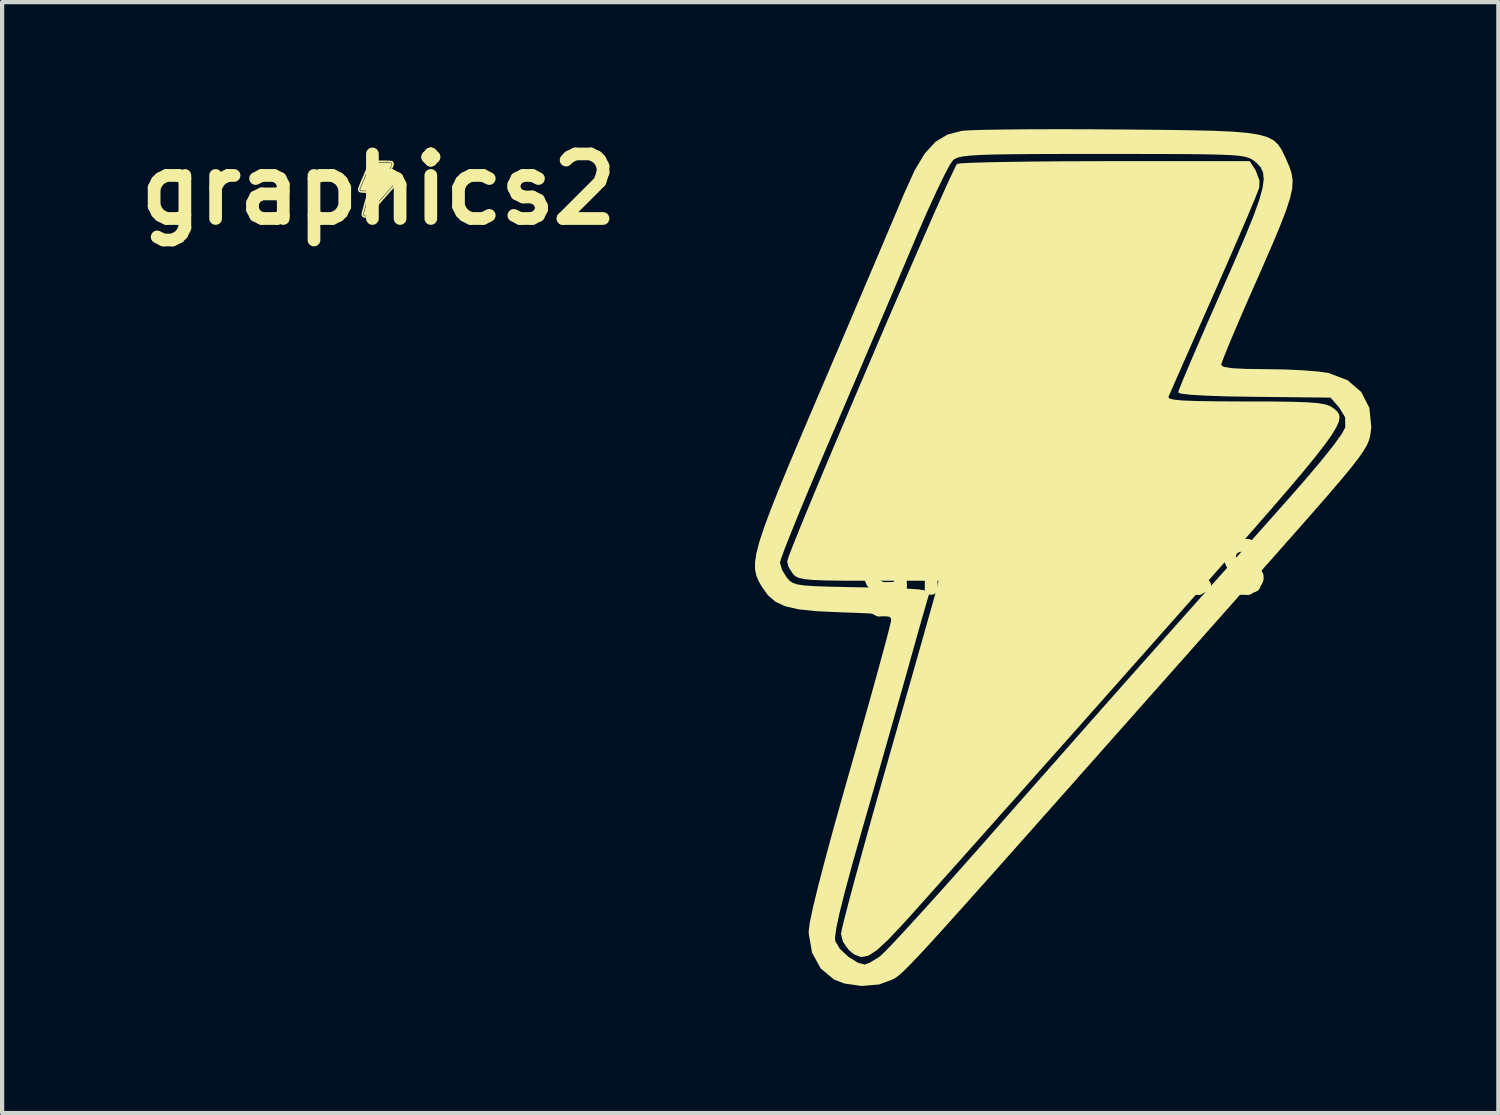
<source format=kicad_pcb>
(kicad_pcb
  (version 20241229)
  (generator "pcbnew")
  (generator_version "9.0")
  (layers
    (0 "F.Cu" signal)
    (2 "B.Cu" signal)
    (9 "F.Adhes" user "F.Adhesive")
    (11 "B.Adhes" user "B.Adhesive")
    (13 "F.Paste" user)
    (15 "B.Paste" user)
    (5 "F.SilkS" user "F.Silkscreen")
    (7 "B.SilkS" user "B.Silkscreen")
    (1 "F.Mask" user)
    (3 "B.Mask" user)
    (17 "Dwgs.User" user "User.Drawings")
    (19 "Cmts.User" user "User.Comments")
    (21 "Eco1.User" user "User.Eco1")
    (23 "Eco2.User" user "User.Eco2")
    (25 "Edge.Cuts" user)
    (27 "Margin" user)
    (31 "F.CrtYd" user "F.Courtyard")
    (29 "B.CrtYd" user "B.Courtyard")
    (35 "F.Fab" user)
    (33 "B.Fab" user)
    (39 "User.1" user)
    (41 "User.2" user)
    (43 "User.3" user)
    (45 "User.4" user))
  (footprint "graphics"
    (layer "F.Cu")
    (at 22.05 10.151)
    (property "Reference" "graphics" (at 0 0 0) (layer "F.SilkS") (effects (font (size 1.524 1.524) (thickness 0.3))))
    (attr board_only exclude_from_pos_files exclude_from_bom)
    (fp_poly (pts (xy 4.537 -9.187) (xy 4.63 -8.941) (xy 4.625 -8.777) (xy 4.579 -8.651) (xy 4.474 -8.392) (xy 4.317 -8.02) (xy 4.118 -7.557) (xy 3.886 -7.024) (xy 3.631 -6.441) (xy 3.55 -6.258) (xy 3.29 -5.67) (xy 3.052 -5.13) (xy 2.843 -4.657) (xy 2.674 -4.273) (xy 2.553 -3.997) (xy 2.488 -3.848) (xy 2.481 -3.831) (xy 2.501 -3.795) (xy 2.607 -3.768) (xy 2.814 -3.748) (xy 3.14 -3.735) (xy 3.599 -3.728) (xy 4.21 -3.725) (xy 4.29 -3.725) (xy 4.919 -3.724) (xy 5.4 -3.717) (xy 5.756 -3.705) (xy 6.009 -3.685) (xy 6.18 -3.656) (xy 6.291 -3.618) (xy 6.331 -3.594) (xy 6.408 -3.539) (xy 6.469 -3.484) (xy 6.509 -3.421) (xy 6.521 -3.343) (xy 6.5 -3.239) (xy 6.438 -3.103) (xy 6.33 -2.927) (xy 6.17 -2.702) (xy 5.951 -2.42) (xy 5.667 -2.073) (xy 5.311 -1.652) (xy 4.878 -1.151) (xy 4.362 -0.56) (xy 3.756 0.129) (xy 3.053 0.923) (xy 2.248 1.831) (xy 1.723 2.423) (xy 0.979 3.262) (xy 0.254 4.079) (xy -0.443 4.863) (xy -1.102 5.605) (xy -1.714 6.292) (xy -2.267 6.914) (xy -2.754 7.459) (xy -3.163 7.917) (xy -3.484 8.277) (xy -3.709 8.527) (xy -3.789 8.615) (xy -4.135 8.982) (xy -4.399 9.226) (xy -4.604 9.359) (xy -4.774 9.391) (xy -4.93 9.333) (xy -5.064 9.225) (xy -5.2 9.032) (xy -5.249 8.848) (xy -5.227 8.727) (xy -5.162 8.461) (xy -5.059 8.065) (xy -4.923 7.558) (xy -4.758 6.957) (xy -4.57 6.277) (xy -4.362 5.537) (xy -4.155 4.809) (xy -3.932 4.026) (xy -3.722 3.287) (xy -3.529 2.609) (xy -3.359 2.01) (xy -3.217 1.506) (xy -3.106 1.114) (xy -3.033 0.852) (xy -3.003 0.741) (xy -2.945 0.508) (xy -4.592 0.508) (xy -5.165 0.507) (xy -5.593 0.501) (xy -5.899 0.49) (xy -6.108 0.47) (xy -6.243 0.441) (xy -6.329 0.399) (xy -6.379 0.353) (xy -6.49 0.175) (xy -6.519 0.052) (xy -6.487 -0.054) (xy -6.394 -0.297) (xy -6.248 -0.662) (xy -6.056 -1.13) (xy -5.826 -1.686) (xy -5.563 -2.313) (xy -5.276 -2.994) (xy -4.971 -3.713) (xy -4.656 -4.452) (xy -4.338 -5.196) (xy -4.024 -5.927) (xy -3.72 -6.629) (xy -3.435 -7.285) (xy -3.175 -7.879) (xy -2.948 -8.394) (xy -2.76 -8.812) (xy -2.618 -9.118) (xy -2.531 -9.296) (xy -2.506 -9.333) (xy -2.404 -9.347) (xy -2.15 -9.359) (xy -1.765 -9.371) (xy -1.265 -9.38) (xy -0.671 -9.388) (xy 0.000307 -9.394) (xy 0.73 -9.396) (xy 0.993 -9.397) (xy 4.399 -9.398)) (stroke (width 0) (type solid)) (fill yes) (layer "F.SilkS"))
    (fp_poly (pts (xy 0.536 -10.15) (xy 1.277 -10.145) (xy 1.312 -10.145) (xy 2.192 -10.137) (xy 2.919 -10.128) (xy 3.508 -10.115) (xy 3.977 -10.095) (xy 4.34 -10.065) (xy 4.615 -10.022) (xy 4.818 -9.964) (xy 4.964 -9.888) (xy 5.069 -9.791) (xy 5.15 -9.671) (xy 5.223 -9.523) (xy 5.254 -9.456) (xy 5.333 -9.274) (xy 5.388 -9.11) (xy 5.413 -8.943) (xy 5.403 -8.755) (xy 5.353 -8.525) (xy 5.258 -8.232) (xy 5.113 -7.858) (xy 4.913 -7.382) (xy 4.652 -6.783) (xy 4.451 -6.329) (xy 4.236 -5.837) (xy 4.046 -5.393) (xy 3.891 -5.024) (xy 3.782 -4.753) (xy 3.729 -4.604) (xy 3.725 -4.586) (xy 3.786 -4.541) (xy 3.978 -4.51) (xy 4.312 -4.493) (xy 4.779 -4.487) (xy 5.233 -4.48) (xy 5.668 -4.459) (xy 6.034 -4.429) (xy 6.262 -4.396) (xy 6.709 -4.226) (xy 7.033 -3.947) (xy 7.224 -3.573) (xy 7.27 -3.121) (xy 7.244 -2.917) (xy 7.217 -2.812) (xy 7.168 -2.696) (xy 7.086 -2.556) (xy 6.961 -2.378) (xy 6.783 -2.148) (xy 6.539 -1.855) (xy 6.221 -1.483) (xy 5.817 -1.021) (xy 5.317 -0.454) (xy 4.953 -0.042) (xy 4.625 0.327) (xy 4.204 0.801) (xy 3.708 1.361) (xy 3.156 1.984) (xy 2.565 2.65) (xy 1.955 3.338) (xy 1.344 4.027) (xy 0.936 4.487) (xy 0.103 5.427) (xy -0.625 6.248) (xy -1.256 6.959) (xy -1.798 7.568) (xy -2.258 8.083) (xy -2.644 8.513) (xy -2.963 8.867) (xy -3.222 9.151) (xy -3.431 9.375) (xy -3.595 9.547) (xy -3.722 9.676) (xy -3.821 9.769) (xy -3.898 9.835) (xy -3.962 9.882) (xy -4.009 9.912) (xy -4.35 10.038) (xy -4.76 10.073) (xy -5.169 10.015) (xy -5.413 9.921) (xy -5.727 9.66) (xy -5.931 9.288) (xy -6.011 8.832) (xy -6.011 8.786) (xy -5.986 8.583) (xy -5.911 8.224) (xy -5.787 7.714) (xy -5.616 7.059) (xy -5.4 6.264) (xy -5.139 5.335) (xy -5.038 4.981) (xy -4.829 4.248) (xy -4.635 3.562) (xy -4.462 2.942) (xy -4.314 2.404) (xy -4.196 1.968) (xy -4.113 1.65) (xy -4.069 1.468) (xy -4.064 1.434) (xy -4.081 1.375) (xy -4.149 1.333) (xy -4.294 1.303) (xy -4.542 1.281) (xy -4.917 1.264) (xy -5.228 1.254) (xy -5.803 1.228) (xy -6.237 1.184) (xy -6.557 1.113) (xy -6.793 1.005) (xy -6.97 0.853) (xy -7.115 0.652) (xy -7.19 0.521) (xy -7.245 0.391) (xy -7.276 0.248) (xy -7.278 0.08) (xy -6.689 0.08) (xy -6.637 0.256) (xy -6.527 0.435) (xy -6.465 0.504) (xy -6.392 0.556) (xy -6.283 0.593) (xy -6.113 0.619) (xy -5.857 0.636) (xy -5.491 0.648) (xy -4.991 0.659) (xy -4.742 0.663) (xy -4.154 0.676) (xy -3.718 0.691) (xy -3.419 0.712) (xy -3.239 0.738) (xy -3.163 0.772) (xy -3.16 0.795) (xy -3.194 0.906) (xy -3.266 1.154) (xy -3.368 1.509) (xy -3.491 1.947) (xy -3.629 2.438) (xy -3.635 2.461) (xy -3.78 2.978) (xy -3.961 3.616) (xy -4.164 4.332) (xy -4.378 5.085) (xy -4.591 5.831) (xy -4.756 6.405) (xy -4.982 7.201) (xy -5.156 7.845) (xy -5.281 8.342) (xy -5.358 8.7) (xy -5.389 8.928) (xy -5.385 9.011) (xy -5.277 9.194) (xy -5.077 9.382) (xy -4.851 9.523) (xy -4.69 9.567) (xy -4.566 9.521) (xy -4.377 9.407) (xy -4.334 9.377) (xy -4.222 9.273) (xy -4.012 9.056) (xy -3.718 8.74) (xy -3.353 8.341) (xy -2.93 7.873) (xy -2.463 7.35) (xy -1.964 6.788) (xy -1.765 6.562) (xy -1.181 5.897) (xy -0.556 5.188) (xy 0.083 4.465) (xy 0.709 3.755) (xy 1.298 3.09) (xy 1.824 2.497) (xy 2.2 2.074) (xy 2.716 1.494) (xy 3.282 0.858) (xy 3.863 0.206) (xy 4.424 -0.424) (xy 4.931 -0.994) (xy 5.233 -1.334) (xy 5.703 -1.87) (xy 6.089 -2.327) (xy 6.381 -2.693) (xy 6.573 -2.959) (xy 6.655 -3.114) (xy 6.656 -3.119) (xy 6.65 -3.354) (xy 6.511 -3.581) (xy 6.506 -3.587) (xy 6.308 -3.815) (xy 4.509 -3.834) (xy 3.876 -3.844) (xy 3.369 -3.861) (xy 2.998 -3.883) (xy 2.775 -3.91) (xy 2.71 -3.937) (xy 2.743 -4.033) (xy 2.836 -4.264) (xy 2.982 -4.609) (xy 3.171 -5.049) (xy 3.395 -5.564) (xy 3.646 -6.134) (xy 3.725 -6.315) (xy 4.046 -7.044) (xy 4.3 -7.637) (xy 4.492 -8.11) (xy 4.624 -8.479) (xy 4.703 -8.762) (xy 4.731 -8.974) (xy 4.714 -9.133) (xy 4.656 -9.255) (xy 4.561 -9.357) (xy 4.518 -9.392) (xy 4.457 -9.436) (xy 4.386 -9.472) (xy 4.289 -9.501) (xy 4.148 -9.523) (xy 3.948 -9.54) (xy 3.671 -9.551) (xy 3.302 -9.559) (xy 2.823 -9.564) (xy 2.218 -9.566) (xy 1.47 -9.567) (xy 0.929 -9.567) (xy 0.08 -9.567) (xy -0.615 -9.565) (xy -1.174 -9.561) (xy -1.612 -9.554) (xy -1.945 -9.544) (xy -2.19 -9.529) (xy -2.362 -9.51) (xy -2.479 -9.485) (xy -2.555 -9.455) (xy -2.605 -9.419) (xy -2.685 -9.301) (xy -2.817 -9.05) (xy -2.991 -8.69) (xy -3.195 -8.245) (xy -3.417 -7.739) (xy -3.557 -7.408) (xy -3.792 -6.853) (xy -4.077 -6.179) (xy -4.397 -5.426) (xy -4.736 -4.63) (xy -5.078 -3.83) (xy -5.406 -3.063) (xy -5.515 -2.81) (xy -5.789 -2.168) (xy -6.04 -1.57) (xy -6.261 -1.036) (xy -6.444 -0.585) (xy -6.581 -0.236) (xy -6.665 -0.006) (xy -6.689 0.08) (xy -7.278 0.08) (xy -7.278 0.079) (xy -7.248 -0.13) (xy -7.181 -0.394) (xy -7.072 -0.726) (xy -6.919 -1.141) (xy -6.716 -1.652) (xy -6.459 -2.274) (xy -6.144 -3.021) (xy -5.767 -3.906) (xy -5.685 -4.096) (xy -5.352 -4.877) (xy -5.028 -5.637) (xy -4.722 -6.356) (xy -4.442 -7.014) (xy -4.197 -7.593) (xy -3.994 -8.072) (xy -3.842 -8.432) (xy -3.759 -8.631) (xy -3.511 -9.178) (xy -3.27 -9.579) (xy -3.018 -9.854) (xy -2.735 -10.025) (xy -2.403 -10.111) (xy -2.371 -10.115) (xy -2.181 -10.127) (xy -1.843 -10.137) (xy -1.381 -10.144) (xy -0.816 -10.149) (xy -0.169 -10.151)) (stroke (width 0) (type solid)) (fill yes) (layer "F.SilkS")))
  (footprint "graphics2"
    (layer "F.Cu")
    (at 5.886 1.418)
    (property "Reference" "graphics2" (at 0 0 0) (layer "F.SilkS") (effects (font (size 1.524 1.524) (thickness 0.3))))
    (attr board_only exclude_from_pos_files exclude_from_bom)
    (fp_poly (pts (xy 0.303 -0.614) (xy 0.31 -0.598) (xy 0.309 -0.587) (xy 0.306 -0.578) (xy 0.299 -0.561) (xy 0.289 -0.536) (xy 0.275 -0.505) (xy 0.26 -0.47) (xy 0.243 -0.431) (xy 0.237 -0.418) (xy 0.22 -0.379) (xy 0.204 -0.343) (xy 0.19 -0.311) (xy 0.179 -0.286) (xy 0.171 -0.267) (xy 0.166 -0.257) (xy 0.166 -0.256) (xy 0.167 -0.254) (xy 0.174 -0.252) (xy 0.188 -0.251) (xy 0.21 -0.25) (xy 0.241 -0.249) (xy 0.282 -0.249) (xy 0.287 -0.249) (xy 0.329 -0.249) (xy 0.361 -0.249) (xy 0.385 -0.248) (xy 0.402 -0.246) (xy 0.413 -0.244) (xy 0.421 -0.242) (xy 0.423 -0.24) (xy 0.428 -0.237) (xy 0.433 -0.233) (xy 0.435 -0.229) (xy 0.436 -0.223) (xy 0.435 -0.217) (xy 0.43 -0.207) (xy 0.423 -0.196) (xy 0.413 -0.181) (xy 0.398 -0.162) (xy 0.379 -0.139) (xy 0.355 -0.11) (xy 0.326 -0.077) (xy 0.292 -0.037) (xy 0.251 0.009) (xy 0.204 0.062) (xy 0.15 0.122) (xy 0.115 0.162) (xy 0.065 0.218) (xy 0.017 0.273) (xy -0.03 0.325) (xy -0.074 0.375) (xy -0.115 0.421) (xy -0.152 0.462) (xy -0.184 0.499) (xy -0.211 0.529) (xy -0.233 0.553) (xy -0.248 0.57) (xy -0.253 0.576) (xy -0.276 0.601) (xy -0.294 0.617) (xy -0.308 0.626) (xy -0.319 0.628) (xy -0.33 0.624) (xy -0.339 0.617) (xy -0.348 0.604) (xy -0.351 0.592) (xy -0.349 0.584) (xy -0.345 0.566) (xy -0.338 0.539) (xy -0.329 0.505) (xy -0.318 0.465) (xy -0.306 0.42) (xy -0.292 0.37) (xy -0.278 0.322) (xy -0.263 0.269) (xy -0.249 0.22) (xy -0.236 0.174) (xy -0.225 0.134) (xy -0.215 0.101) (xy -0.208 0.074) (xy -0.203 0.057) (xy -0.201 0.05) (xy -0.197 0.034) (xy -0.307 0.034) (xy -0.345 0.034) (xy -0.374 0.034) (xy -0.394 0.033) (xy -0.408 0.031) (xy -0.417 0.029) (xy -0.423 0.027) (xy -0.427 0.024) (xy -0.434 0.012) (xy -0.436 0.004) (xy -0.434 -0.004) (xy -0.428 -0.02) (xy -0.418 -0.044) (xy -0.405 -0.076) (xy -0.389 -0.113) (xy -0.372 -0.155) (xy -0.353 -0.2) (xy -0.332 -0.248) (xy -0.311 -0.298) (xy -0.29 -0.347) (xy -0.269 -0.396) (xy -0.249 -0.443) (xy -0.23 -0.487) (xy -0.212 -0.527) (xy -0.197 -0.561) (xy -0.185 -0.589) (xy -0.175 -0.61) (xy -0.169 -0.621) (xy -0.168 -0.624) (xy -0.161 -0.625) (xy -0.144 -0.626) (xy -0.118 -0.627) (xy -0.085 -0.627) (xy -0.045 -0.628) (xy 0.00002 -0.628) (xy 0.049 -0.628) (xy 0.066 -0.628) (xy 0.294 -0.628)) (stroke (width 0) (type solid)) (fill yes) (layer "F.SilkS"))
    (fp_poly (pts (xy 0.036 -0.679) (xy 0.085 -0.678) (xy 0.088 -0.678) (xy 0.147 -0.678) (xy 0.195 -0.677) (xy 0.235 -0.676) (xy 0.266 -0.675) (xy 0.29 -0.673) (xy 0.309 -0.67) (xy 0.322 -0.666) (xy 0.332 -0.661) (xy 0.339 -0.655) (xy 0.344 -0.647) (xy 0.349 -0.637) (xy 0.351 -0.632) (xy 0.357 -0.62) (xy 0.36 -0.609) (xy 0.362 -0.598) (xy 0.361 -0.585) (xy 0.358 -0.57) (xy 0.352 -0.55) (xy 0.342 -0.525) (xy 0.328 -0.494) (xy 0.311 -0.454) (xy 0.298 -0.423) (xy 0.283 -0.39) (xy 0.27 -0.361) (xy 0.26 -0.336) (xy 0.253 -0.318) (xy 0.249 -0.308) (xy 0.249 -0.307) (xy 0.253 -0.304) (xy 0.266 -0.302) (xy 0.288 -0.3) (xy 0.32 -0.3) (xy 0.35 -0.3) (xy 0.379 -0.298) (xy 0.403 -0.296) (xy 0.419 -0.294) (xy 0.449 -0.283) (xy 0.47 -0.264) (xy 0.483 -0.239) (xy 0.486 -0.209) (xy 0.484 -0.195) (xy 0.483 -0.188) (xy 0.479 -0.18) (xy 0.474 -0.171) (xy 0.465 -0.159) (xy 0.453 -0.144) (xy 0.437 -0.124) (xy 0.416 -0.099) (xy 0.389 -0.068) (xy 0.356 -0.03) (xy 0.331 -0.003) (xy 0.309 0.022) (xy 0.281 0.054) (xy 0.248 0.091) (xy 0.211 0.133) (xy 0.171 0.177) (xy 0.131 0.223) (xy 0.09 0.269) (xy 0.063 0.3) (xy 0.007 0.363) (xy -0.042 0.418) (xy -0.084 0.465) (xy -0.12 0.506) (xy -0.151 0.54) (xy -0.177 0.569) (xy -0.198 0.593) (xy -0.215 0.612) (xy -0.229 0.627) (xy -0.24 0.638) (xy -0.249 0.647) (xy -0.255 0.653) (xy -0.261 0.658) (xy -0.265 0.661) (xy -0.268 0.663) (xy -0.291 0.671) (xy -0.318 0.673) (xy -0.346 0.67) (xy -0.362 0.663) (xy -0.383 0.646) (xy -0.397 0.621) (xy -0.402 0.59) (xy -0.402 0.587) (xy -0.4 0.574) (xy -0.395 0.55) (xy -0.387 0.516) (xy -0.375 0.472) (xy -0.361 0.419) (xy -0.344 0.357) (xy -0.337 0.333) (xy -0.323 0.284) (xy -0.31 0.238) (xy -0.298 0.197) (xy -0.288 0.161) (xy -0.281 0.132) (xy -0.275 0.11) (xy -0.272 0.098) (xy -0.272 0.096) (xy -0.273 0.092) (xy -0.277 0.089) (xy -0.287 0.087) (xy -0.304 0.086) (xy -0.329 0.085) (xy -0.35 0.084) (xy -0.388 0.082) (xy -0.417 0.079) (xy -0.438 0.074) (xy -0.454 0.067) (xy -0.466 0.057) (xy -0.476 0.044) (xy -0.481 0.035) (xy -0.484 0.026) (xy -0.486 0.017) (xy -0.487 0.005) (xy -0.447 0.005) (xy -0.444 0.017) (xy -0.436 0.029) (xy -0.432 0.034) (xy -0.427 0.037) (xy -0.42 0.04) (xy -0.409 0.041) (xy -0.392 0.043) (xy -0.367 0.043) (xy -0.334 0.044) (xy -0.317 0.044) (xy -0.278 0.045) (xy -0.249 0.046) (xy -0.229 0.048) (xy -0.217 0.049) (xy -0.211 0.052) (xy -0.211 0.053) (xy -0.214 0.061) (xy -0.218 0.077) (xy -0.225 0.101) (xy -0.233 0.13) (xy -0.243 0.163) (xy -0.243 0.165) (xy -0.253 0.199) (xy -0.265 0.242) (xy -0.278 0.29) (xy -0.293 0.34) (xy -0.307 0.39) (xy -0.318 0.428) (xy -0.333 0.481) (xy -0.345 0.524) (xy -0.353 0.558) (xy -0.358 0.582) (xy -0.36 0.597) (xy -0.36 0.602) (xy -0.353 0.615) (xy -0.339 0.627) (xy -0.324 0.637) (xy -0.314 0.64) (xy -0.305 0.637) (xy -0.293 0.629) (xy -0.29 0.627) (xy -0.282 0.62) (xy -0.268 0.605) (xy -0.249 0.584) (xy -0.224 0.558) (xy -0.196 0.526) (xy -0.165 0.491) (xy -0.131 0.454) (xy -0.118 0.439) (xy -0.079 0.394) (xy -0.037 0.347) (xy 0.006 0.298) (xy 0.047 0.251) (xy 0.087 0.207) (xy 0.122 0.167) (xy 0.147 0.139) (xy 0.182 0.1) (xy 0.219 0.057) (xy 0.258 0.014) (xy 0.296 -0.028) (xy 0.33 -0.066) (xy 0.35 -0.089) (xy 0.381 -0.125) (xy 0.407 -0.156) (xy 0.427 -0.18) (xy 0.439 -0.198) (xy 0.445 -0.208) (xy 0.445 -0.209) (xy 0.445 -0.224) (xy 0.435 -0.239) (xy 0.435 -0.24) (xy 0.422 -0.255) (xy 0.301 -0.256) (xy 0.259 -0.257) (xy 0.225 -0.258) (xy 0.2 -0.26) (xy 0.186 -0.261) (xy 0.181 -0.263) (xy 0.183 -0.27) (xy 0.19 -0.285) (xy 0.199 -0.308) (xy 0.212 -0.338) (xy 0.227 -0.372) (xy 0.244 -0.41) (xy 0.249 -0.422) (xy 0.271 -0.471) (xy 0.288 -0.511) (xy 0.3 -0.542) (xy 0.309 -0.567) (xy 0.314 -0.586) (xy 0.316 -0.6) (xy 0.315 -0.611) (xy 0.311 -0.619) (xy 0.305 -0.626) (xy 0.302 -0.628) (xy 0.298 -0.631) (xy 0.293 -0.633) (xy 0.287 -0.635) (xy 0.277 -0.637) (xy 0.264 -0.638) (xy 0.245 -0.639) (xy 0.221 -0.639) (xy 0.189 -0.639) (xy 0.148 -0.64) (xy 0.098 -0.64) (xy 0.062 -0.64) (xy 0.005 -0.64) (xy -0.041 -0.64) (xy -0.078 -0.639) (xy -0.108 -0.639) (xy -0.13 -0.638) (xy -0.146 -0.637) (xy -0.158 -0.636) (xy -0.166 -0.634) (xy -0.171 -0.632) (xy -0.174 -0.63) (xy -0.18 -0.622) (xy -0.188 -0.605) (xy -0.2 -0.581) (xy -0.214 -0.551) (xy -0.228 -0.517) (xy -0.238 -0.495) (xy -0.254 -0.458) (xy -0.273 -0.413) (xy -0.294 -0.363) (xy -0.317 -0.31) (xy -0.34 -0.256) (xy -0.361 -0.205) (xy -0.369 -0.188) (xy -0.387 -0.145) (xy -0.404 -0.105) (xy -0.419 -0.069) (xy -0.431 -0.039) (xy -0.44 -0.016) (xy -0.446 -0.000414) (xy -0.447 0.005) (xy -0.487 0.005) (xy -0.487 0.005) (xy -0.485 -0.009) (xy -0.48 -0.026) (xy -0.473 -0.049) (xy -0.463 -0.076) (xy -0.449 -0.11) (xy -0.432 -0.152) (xy -0.411 -0.202) (xy -0.386 -0.261) (xy -0.38 -0.274) (xy -0.358 -0.326) (xy -0.336 -0.377) (xy -0.316 -0.425) (xy -0.297 -0.469) (xy -0.281 -0.508) (xy -0.267 -0.54) (xy -0.257 -0.564) (xy -0.251 -0.577) (xy -0.235 -0.614) (xy -0.219 -0.64) (xy -0.202 -0.659) (xy -0.183 -0.67) (xy -0.161 -0.676) (xy -0.159 -0.676) (xy -0.146 -0.677) (xy -0.123 -0.678) (xy -0.092 -0.678) (xy -0.055 -0.679) (xy -0.011 -0.679)) (stroke (width 0) (type solid)) (fill yes) (layer "F.SilkS")))
  (gr_rect
    (start -3 -3)
    (end 32.319 23.223)
    (stroke (width 0.1) (type default))
    (fill no)
    (layer "Edge.Cuts")))
</source>
